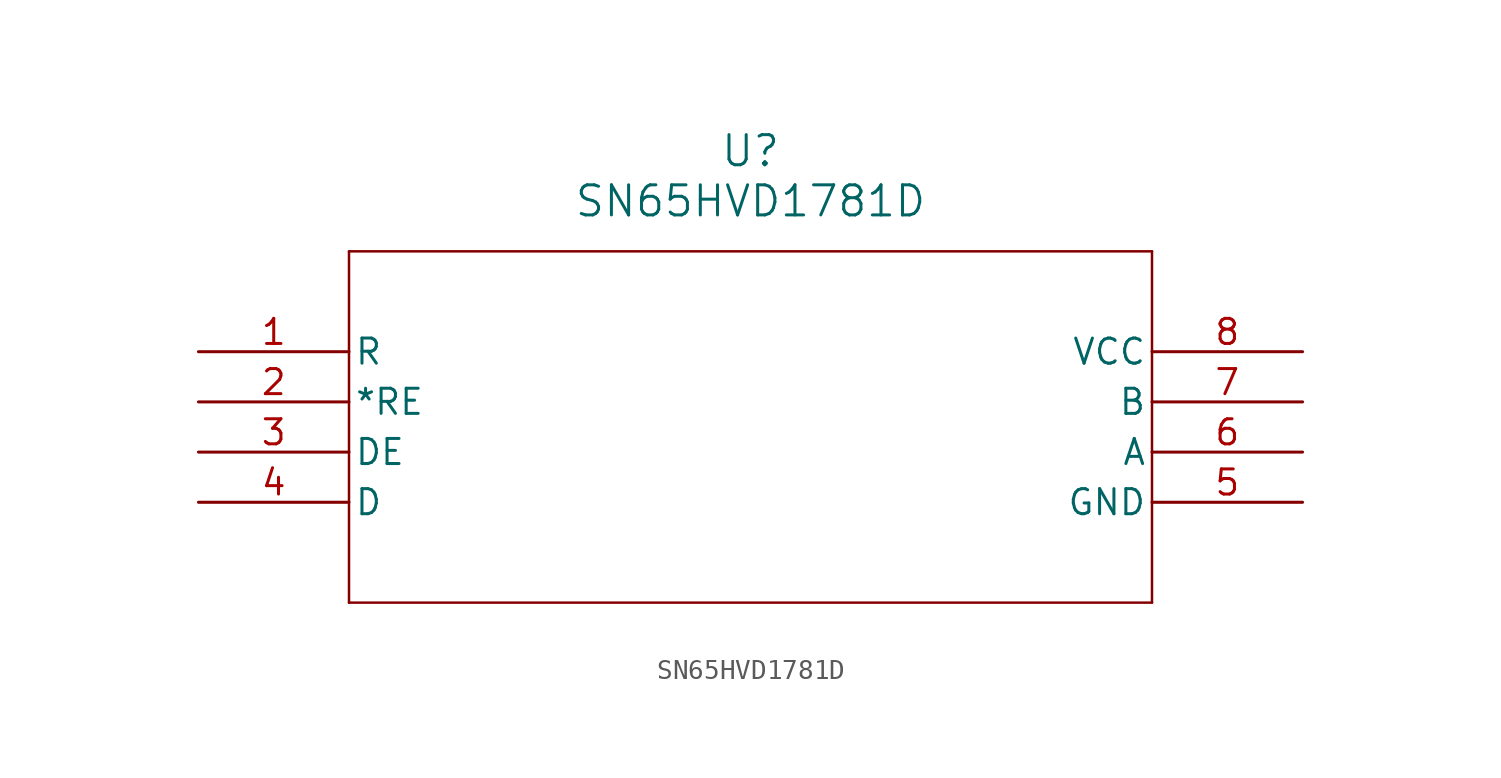
<source format=kicad_sym>
(kicad_symbol_lib
  (version 20211014)
  (generator kicad_symbol_editor)
  (symbol "SN65HVD1781D"
    (pin_names
      (offset 0.254))
    (property "Reference" "U"
      (at 27.94 10.16 0)
      (effects (font (size 1.524 1.524))))
    (property "Value" "SN65HVD1781D"
      (at 27.94 7.62 0)
      (effects (font (size 1.524 1.524))))
    (symbol "SN65HVD1781D_0_1"
      (polyline (pts (xy 7.62 5.08) (xy 7.62 -12.7)) (stroke (width 0.127) (type default) (color 0 0 0 0)) (fill (type none)))
      (polyline (pts (xy 7.62 -12.7) (xy 48.26 -12.7)) (stroke (width 0.127) (type default) (color 0 0 0 0)) (fill (type none)))
      (polyline (pts (xy 48.26 -12.7) (xy 48.26 5.08)) (stroke (width 0.127) (type default) (color 0 0 0 0)) (fill (type none)))
      (polyline (pts (xy 48.26 5.08) (xy 7.62 5.08)) (stroke (width 0.127) (type default) (color 0 0 0 0)) (fill (type none)))
      (pin input line (at 0 0 0) (length 7.62) (name "R" (effects (font (size 1.27 1.27)))) (number "1" (effects (font (size 1.27 1.27)))))
      (pin input line (at 0 -2.54 0) (length 7.62) (name "*RE" (effects (font (size 1.27 1.27)))) (number "2" (effects (font (size 1.27 1.27)))))
      (pin input line (at 0 -5.08 0) (length 7.62) (name "DE" (effects (font (size 1.27 1.27)))) (number "3" (effects (font (size 1.27 1.27)))))
      (pin input line (at 0 -7.62 0) (length 7.62) (name "D" (effects (font (size 1.27 1.27)))) (number "4" (effects (font (size 1.27 1.27)))))
      (pin power_in line (at 55.88 -7.62 180) (length 7.62) (name "GND" (effects (font (size 1.27 1.27)))) (number "5" (effects (font (size 1.27 1.27)))))
      (pin input line (at 55.88 -5.08 180) (length 7.62) (name "A" (effects (font (size 1.27 1.27)))) (number "6" (effects (font (size 1.27 1.27)))))
      (pin input line (at 55.88 -2.54 180) (length 7.62) (name "B" (effects (font (size 1.27 1.27)))) (number "7" (effects (font (size 1.27 1.27)))))
      (pin power_in line (at 55.88 0 180) (length 7.62) (name "VCC" (effects (font (size 1.27 1.27)))) (number "8" (effects (font (size 1.27 1.27))))))))
</source>
